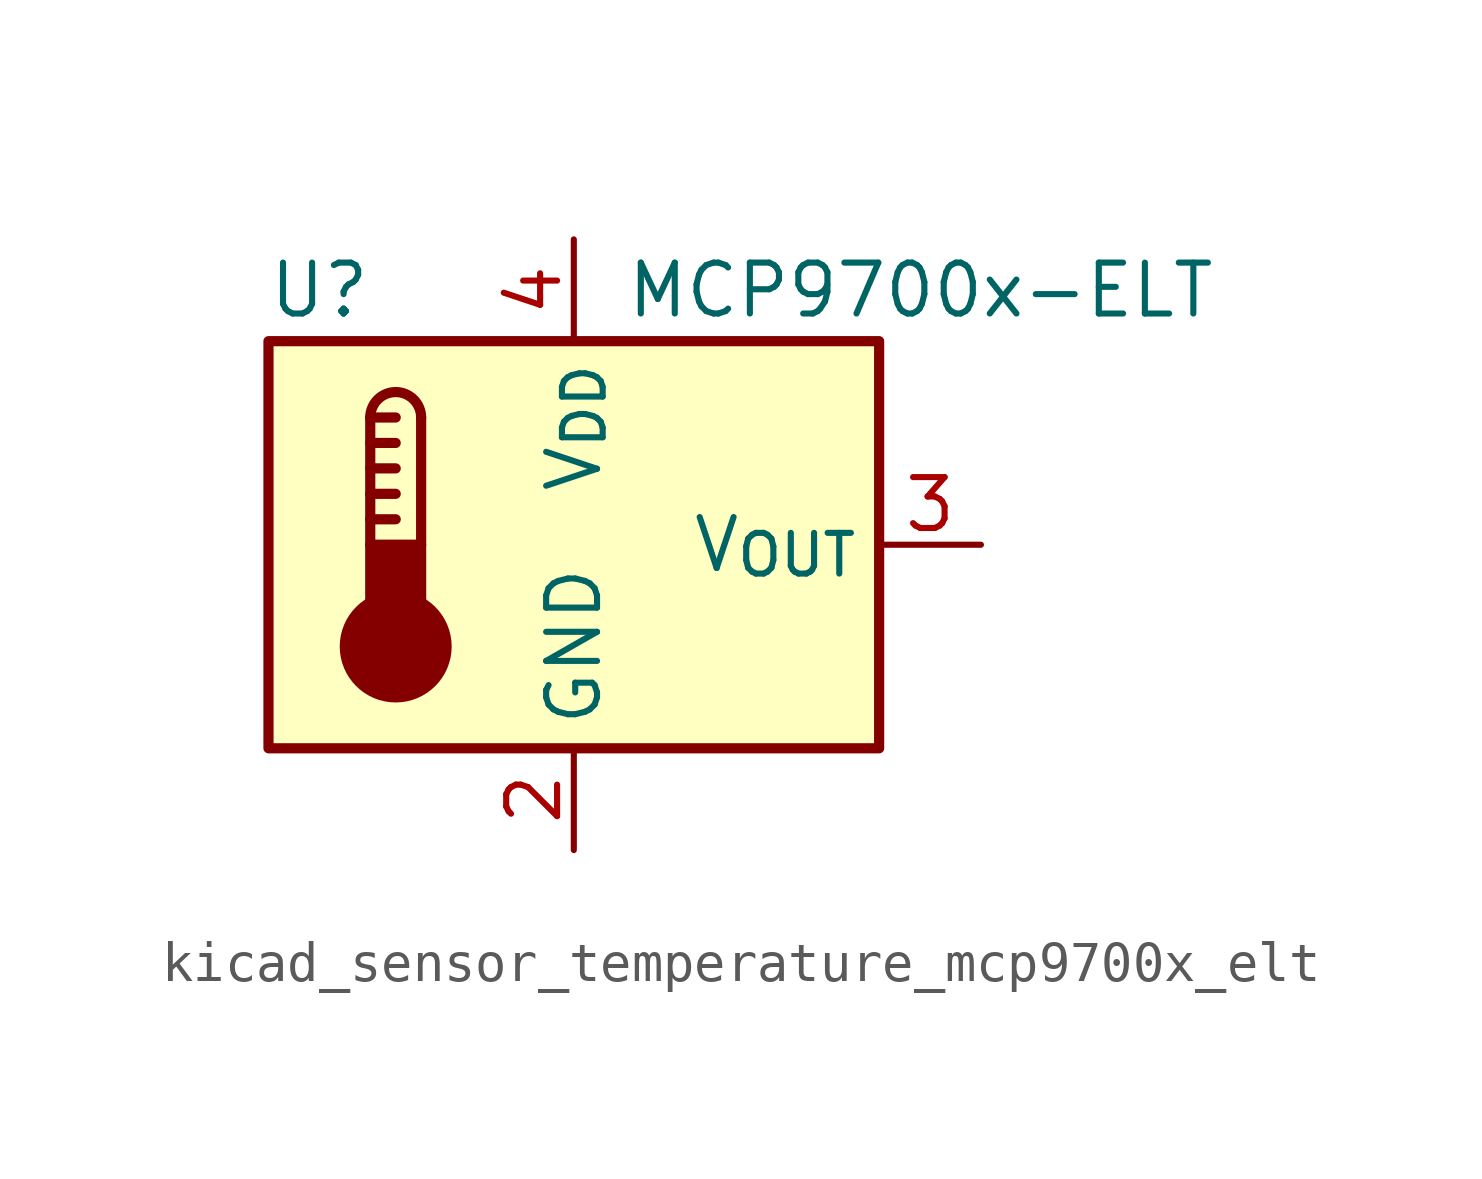
<source format=kicad_sym>
(kicad_symbol_lib
  (version 20220914)
  (generator kicad_symbol_editor)
  (symbol "kicad_sensor_temperature_mcp9700x_elt"
    (property "Reference" "U"
      (at -6.35 6.35 0)
      (effects (font (size 1.27 1.27))))
    (property "Value" "MCP9700x-ELT"
      (at 1.27 6.35 0)
      (effects (font (size 1.27 1.27)) (justify left)))
    (symbol "kicad_sensor_temperature_mcp9700x_elt_0_1"
      (rectangle (start -7.62 5.08) (end 7.62 -5.08) (stroke (width 0.254) (type default)) (fill (type background)))
      (circle (center -4.445 -2.54) (radius 1.27) (stroke (width 0.254) (type default)) (fill (type outline)))
      (rectangle (start -3.81 -1.905) (end -5.08 0) (stroke (width 0.254) (type default)) (fill (type outline)))
      (arc (start -3.81 3.175) (mid -4.445 3.8073) (end -5.08 3.175) (stroke (width 0.254) (type default)) (fill (type none)))
      (polyline (pts (xy -5.08 0.635) (xy -4.445 0.635)) (stroke (width 0.254) (type default)) (fill (type none)))
      (polyline (pts (xy -5.08 1.27) (xy -4.445 1.27)) (stroke (width 0.254) (type default)) (fill (type none)))
      (polyline (pts (xy -5.08 1.905) (xy -4.445 1.905)) (stroke (width 0.254) (type default)) (fill (type none)))
      (polyline (pts (xy -5.08 2.54) (xy -4.445 2.54)) (stroke (width 0.254) (type default)) (fill (type none)))
      (polyline (pts (xy -5.08 3.175) (xy -5.08 0)) (stroke (width 0.254) (type default)) (fill (type none)))
      (polyline (pts (xy -5.08 3.175) (xy -4.445 3.175)) (stroke (width 0.254) (type default)) (fill (type none)))
      (polyline (pts (xy -3.81 3.175) (xy -3.81 0)) (stroke (width 0.254) (type default)) (fill (type none))))
    (symbol "kicad_sensor_temperature_mcp9700x_elt_1_1"
      (pin no_connect line (at 7.62 -2.54 180) (length 2.54) hide (name "NC" (effects (font (size 1.27 1.27)))) (number "1" (effects (font (size 1.27 1.27)))))
      (pin power_in line (at 0 -7.62 90) (length 2.54) (name "GND" (effects (font (size 1.27 1.27)))) (number "2" (effects (font (size 1.27 1.27)))))
      (pin output line (at 10.16 0 180) (length 2.54) (name "V_{OUT}" (effects (font (size 1.27 1.27)))) (number "3" (effects (font (size 1.27 1.27)))))
      (pin power_in line (at 0 7.62 270) (length 2.54) (name "V_{DD}" (effects (font (size 1.27 1.27)))) (number "4" (effects (font (size 1.27 1.27)))))
      (pin no_connect line (at 7.62 2.54 180) (length 2.54) hide (name "NC" (effects (font (size 1.27 1.27)))) (number "5" (effects (font (size 1.27 1.27))))))))
</source>
